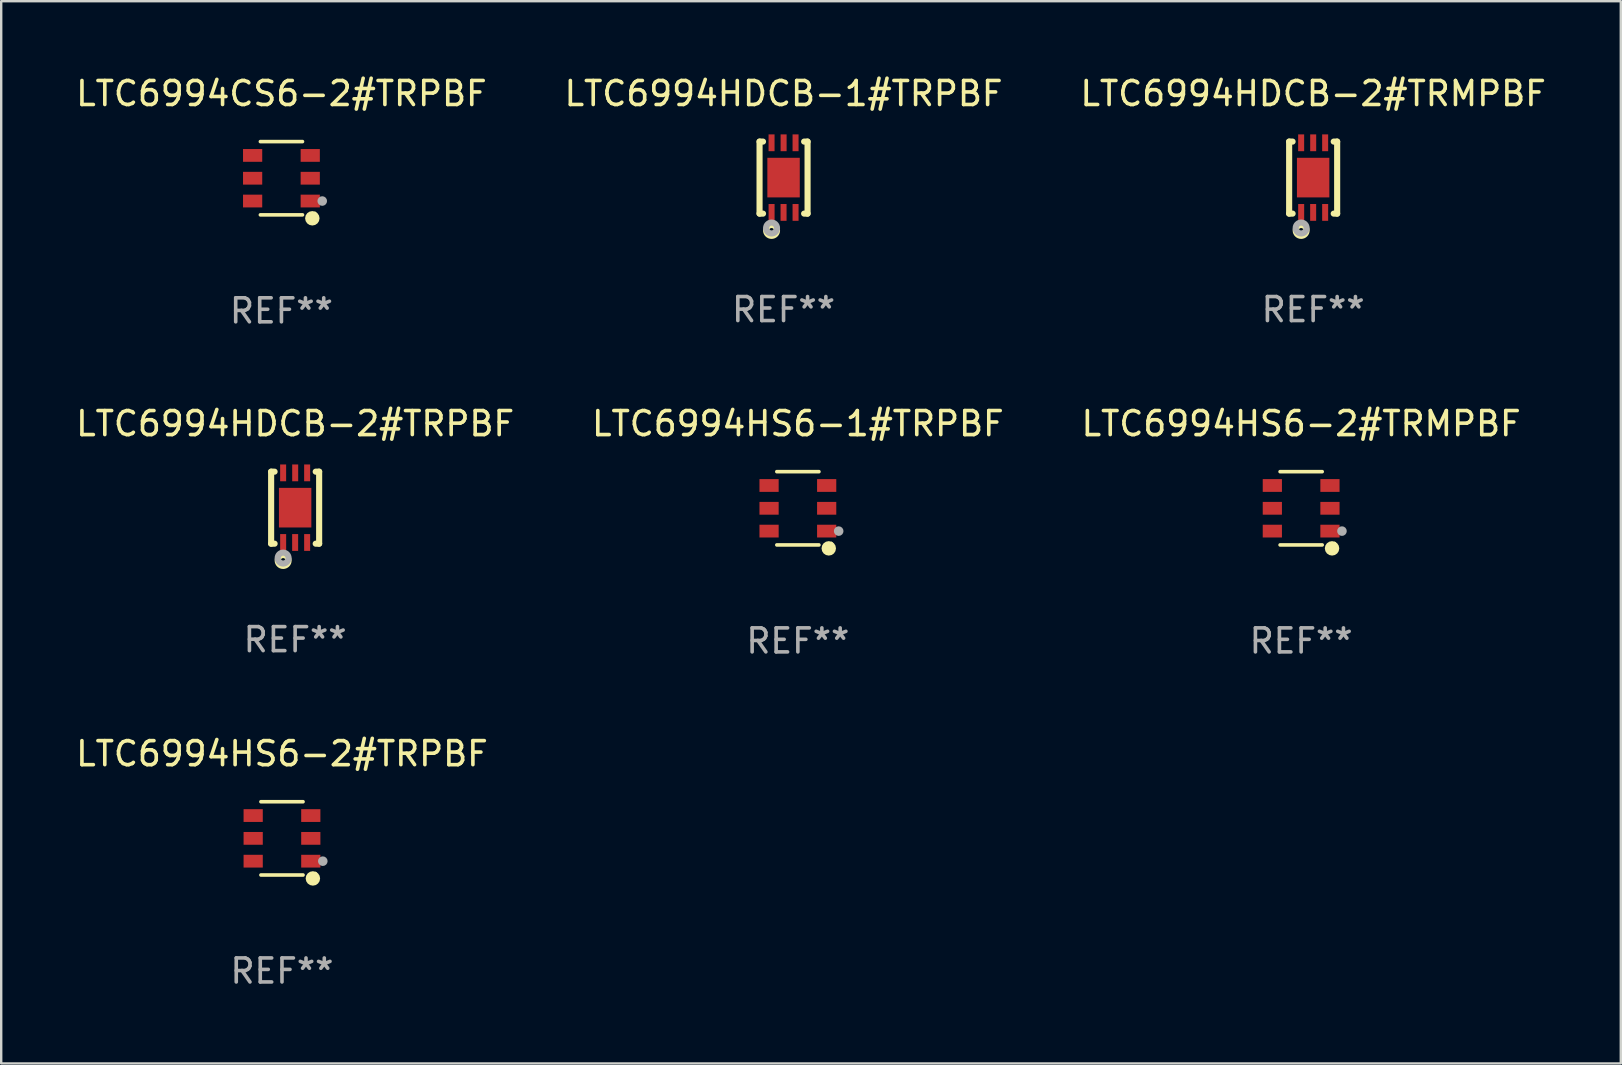
<source format=kicad_pcb>
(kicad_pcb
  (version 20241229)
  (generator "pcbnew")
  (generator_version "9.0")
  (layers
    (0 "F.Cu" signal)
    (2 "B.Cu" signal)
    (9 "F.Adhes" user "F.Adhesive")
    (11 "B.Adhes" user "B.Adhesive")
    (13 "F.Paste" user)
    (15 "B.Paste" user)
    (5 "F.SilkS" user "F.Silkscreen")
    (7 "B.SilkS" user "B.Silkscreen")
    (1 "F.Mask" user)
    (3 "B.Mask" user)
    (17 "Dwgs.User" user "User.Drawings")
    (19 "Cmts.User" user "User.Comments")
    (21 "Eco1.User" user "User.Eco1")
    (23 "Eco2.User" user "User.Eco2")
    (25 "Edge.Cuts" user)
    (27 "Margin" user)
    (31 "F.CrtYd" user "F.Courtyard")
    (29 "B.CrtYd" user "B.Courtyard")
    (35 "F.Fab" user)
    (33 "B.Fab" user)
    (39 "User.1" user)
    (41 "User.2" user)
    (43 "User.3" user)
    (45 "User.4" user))
  (footprint "LTC6994HS6-2#TRMPBF"
    (layer "F.Cu")
    (at 51.149 18.123)
    (property "Reference" "LTC6994HS6-2#TRMPBF" (at 0 -3.526 0) (layer "F.SilkS") (effects (font (size 1 1) (thickness 0.15))))
    (attr through_hole)
    (fp_line (start 0.876 -1.526) (end -0.876 -1.526) (stroke (width 0.152) (type solid)) (layer "F.SilkS"))
    (fp_line (start 0.876 1.526) (end -0.876 1.526) (stroke (width 0.152) (type solid)) (layer "F.SilkS"))
    (fp_circle (center 1.287 1.669) (end 1.438 1.669) (stroke (width 0.3) (type solid)) (fill no) (layer "F.SilkS"))
    (fp_circle (center 1.4 1.45) (end 1.43 1.45) (stroke (width 0.06) (type solid)) (fill no) (layer "F.SilkS"))
    (fp_circle (center 1.7 0.95) (end 1.8 0.95) (stroke (width 0.2) (type solid)) (fill no) (layer "F.Fab"))
    (fp_text user "REF**" (at 0 5.526 0) (layer "F.Fab") (effects (font (size 1 1) (thickness 0.15))))
    (pad "1" smd rect (at 1.2 0.95) (size 0.8 0.532) (layers "F.Cu" "F.Mask" "F.Paste"))
    (pad "2" smd rect (at 1.2 0) (size 0.8 0.532) (layers "F.Cu" "F.Mask" "F.Paste"))
    (pad "3" smd rect (at 1.2 -0.95) (size 0.8 0.532) (layers "F.Cu" "F.Mask" "F.Paste"))
    (pad "4" smd rect (at -1.2 -0.95) (size 0.8 0.532) (layers "F.Cu" "F.Mask" "F.Paste"))
    (pad "5" smd rect (at -1.2 0) (size 0.8 0.532) (layers "F.Cu" "F.Mask" "F.Paste"))
    (pad "6" smd rect (at -1.2 0.95) (size 0.8 0.532) (layers "F.Cu" "F.Mask" "F.Paste")))
  (footprint "LTC6994HDCB-2#TRPBF"
    (layer "F.Cu")
    (at 9.244 18.097)
    (property "Reference" "LTC6994HDCB-2#TRPBF" (at 0 -3.5 0) (layer "F.SilkS") (effects (font (size 1 1) (thickness 0.15))))
    (attr through_hole)
    (fp_line (start -1 1.5) (end -1 -1.5) (stroke (width 0.254) (type solid)) (layer "F.SilkS"))
    (fp_line (start -0.856 -1.5) (end -1 -1.5) (stroke (width 0.254) (type solid)) (layer "F.SilkS"))
    (fp_line (start -0.855 1.5) (end -1 1.5) (stroke (width 0.254) (type solid)) (layer "F.SilkS"))
    (fp_line (start 1 -1.5) (end 0.856 -1.5) (stroke (width 0.254) (type solid)) (layer "F.SilkS"))
    (fp_line (start 1 1.5) (end 0.856 1.5) (stroke (width 0.254) (type solid)) (layer "F.SilkS"))
    (fp_line (start 1 1.5) (end 1 -1.5) (stroke (width 0.254) (type solid)) (layer "F.SilkS"))
    (fp_circle (center -1 1.5) (end -0.97 1.5) (stroke (width 0.06) (type solid)) (fill no) (layer "F.SilkS"))
    (fp_circle (center -0.5 2.2) (end -0.4 2.2) (stroke (width 0.254) (type solid)) (fill no) (layer "F.SilkS"))
    (fp_circle (center -0.5 2.1) (end -0.4 2.1) (stroke (width 0.254) (type solid)) (fill no) (layer "F.Fab"))
    (fp_text user "REF**" (at 0 5.5 0) (layer "F.Fab") (effects (font (size 1 1) (thickness 0.15))))
    (pad "1" smd rect (at -0.499 1.45 180) (size 0.25 0.7) (layers "F.Cu" "F.Mask" "F.Paste"))
    (pad "2" smd rect (at 0.000025 1.45 180) (size 0.25 0.7) (layers "F.Cu" "F.Mask" "F.Paste"))
    (pad "3" smd rect (at 0.5 1.45 180) (size 0.25 0.7) (layers "F.Cu" "F.Mask" "F.Paste"))
    (pad "4" smd rect (at 0.5 -1.45 180) (size 0.25 0.7) (layers "F.Cu" "F.Mask" "F.Paste"))
    (pad "5" smd rect (at 0.002 -1.45 180) (size 0.25 0.7) (layers "F.Cu" "F.Mask" "F.Paste"))
    (pad "6" smd rect (at -0.5 -1.45 180) (size 0.25 0.7) (layers "F.Cu" "F.Mask" "F.Paste"))
    (pad "7" smd rect (at 0.000025 0.000038 180) (size 1.35 1.65) (layers "F.Cu" "F.Mask" "F.Paste")))
  (footprint "LTC6994HS6-1#TRPBF"
    (layer "F.Cu")
    (at 30.185 18.123)
    (property "Reference" "LTC6994HS6-1#TRPBF" (at 0 -3.526 0) (layer "F.SilkS") (effects (font (size 1 1) (thickness 0.15))))
    (attr through_hole)
    (fp_line (start 0.876 -1.526) (end -0.876 -1.526) (stroke (width 0.152) (type solid)) (layer "F.SilkS"))
    (fp_line (start 0.876 1.526) (end -0.876 1.526) (stroke (width 0.152) (type solid)) (layer "F.SilkS"))
    (fp_circle (center 1.287 1.669) (end 1.438 1.669) (stroke (width 0.3) (type solid)) (fill no) (layer "F.SilkS"))
    (fp_circle (center 1.4 1.45) (end 1.43 1.45) (stroke (width 0.06) (type solid)) (fill no) (layer "F.SilkS"))
    (fp_circle (center 1.7 0.95) (end 1.8 0.95) (stroke (width 0.2) (type solid)) (fill no) (layer "F.Fab"))
    (fp_text user "REF**" (at 0 5.526 0) (layer "F.Fab") (effects (font (size 1 1) (thickness 0.15))))
    (pad "1" smd rect (at 1.2 0.95) (size 0.8 0.532) (layers "F.Cu" "F.Mask" "F.Paste"))
    (pad "2" smd rect (at 1.2 0) (size 0.8 0.532) (layers "F.Cu" "F.Mask" "F.Paste"))
    (pad "3" smd rect (at 1.2 -0.95) (size 0.8 0.532) (layers "F.Cu" "F.Mask" "F.Paste"))
    (pad "4" smd rect (at -1.2 -0.95) (size 0.8 0.532) (layers "F.Cu" "F.Mask" "F.Paste"))
    (pad "5" smd rect (at -1.2 0) (size 0.8 0.532) (layers "F.Cu" "F.Mask" "F.Paste"))
    (pad "6" smd rect (at -1.2 0.95) (size 0.8 0.532) (layers "F.Cu" "F.Mask" "F.Paste")))
  (footprint "LTC6994HS6-2#TRPBF"
    (layer "F.Cu")
    (at 8.696 31.872)
    (property "Reference" "LTC6994HS6-2#TRPBF" (at 0 -3.526 0) (layer "F.SilkS") (effects (font (size 1 1) (thickness 0.15))))
    (attr through_hole)
    (fp_line (start 0.876 -1.526) (end -0.876 -1.526) (stroke (width 0.152) (type solid)) (layer "F.SilkS"))
    (fp_line (start 0.876 1.526) (end -0.876 1.526) (stroke (width 0.152) (type solid)) (layer "F.SilkS"))
    (fp_circle (center 1.287 1.669) (end 1.438 1.669) (stroke (width 0.3) (type solid)) (fill no) (layer "F.SilkS"))
    (fp_circle (center 1.4 1.45) (end 1.43 1.45) (stroke (width 0.06) (type solid)) (fill no) (layer "F.SilkS"))
    (fp_circle (center 1.7 0.95) (end 1.8 0.95) (stroke (width 0.2) (type solid)) (fill no) (layer "F.Fab"))
    (fp_text user "REF**" (at 0 5.526 0) (layer "F.Fab") (effects (font (size 1 1) (thickness 0.15))))
    (pad "1" smd rect (at 1.2 0.95) (size 0.8 0.532) (layers "F.Cu" "F.Mask" "F.Paste"))
    (pad "2" smd rect (at 1.2 0) (size 0.8 0.532) (layers "F.Cu" "F.Mask" "F.Paste"))
    (pad "3" smd rect (at 1.2 -0.95) (size 0.8 0.532) (layers "F.Cu" "F.Mask" "F.Paste"))
    (pad "4" smd rect (at -1.2 -0.95) (size 0.8 0.532) (layers "F.Cu" "F.Mask" "F.Paste"))
    (pad "5" smd rect (at -1.2 0) (size 0.8 0.532) (layers "F.Cu" "F.Mask" "F.Paste"))
    (pad "6" smd rect (at -1.2 0.95) (size 0.8 0.532) (layers "F.Cu" "F.Mask" "F.Paste")))
  (footprint "LTC6994HDCB-1#TRPBF"
    (layer "F.Cu")
    (at 29.589 4.348)
    (property "Reference" "LTC6994HDCB-1#TRPBF" (at 0 -3.5 0) (layer "F.SilkS") (effects (font (size 1 1) (thickness 0.15))))
    (attr through_hole)
    (fp_line (start -1 1.5) (end -1 -1.5) (stroke (width 0.254) (type solid)) (layer "F.SilkS"))
    (fp_line (start -0.856 -1.5) (end -1 -1.5) (stroke (width 0.254) (type solid)) (layer "F.SilkS"))
    (fp_line (start -0.855 1.5) (end -1 1.5) (stroke (width 0.254) (type solid)) (layer "F.SilkS"))
    (fp_line (start 1 -1.5) (end 0.856 -1.5) (stroke (width 0.254) (type solid)) (layer "F.SilkS"))
    (fp_line (start 1 1.5) (end 0.856 1.5) (stroke (width 0.254) (type solid)) (layer "F.SilkS"))
    (fp_line (start 1 1.5) (end 1 -1.5) (stroke (width 0.254) (type solid)) (layer "F.SilkS"))
    (fp_circle (center -1 1.5) (end -0.97 1.5) (stroke (width 0.06) (type solid)) (fill no) (layer "F.SilkS"))
    (fp_circle (center -0.5 2.2) (end -0.4 2.2) (stroke (width 0.254) (type solid)) (fill no) (layer "F.SilkS"))
    (fp_circle (center -0.5 2.1) (end -0.4 2.1) (stroke (width 0.254) (type solid)) (fill no) (layer "F.Fab"))
    (fp_text user "REF**" (at 0 5.5 0) (layer "F.Fab") (effects (font (size 1 1) (thickness 0.15))))
    (pad "1" smd rect (at -0.499 1.45 180) (size 0.25 0.7) (layers "F.Cu" "F.Mask" "F.Paste"))
    (pad "2" smd rect (at 0.000025 1.45 180) (size 0.25 0.7) (layers "F.Cu" "F.Mask" "F.Paste"))
    (pad "3" smd rect (at 0.5 1.45 180) (size 0.25 0.7) (layers "F.Cu" "F.Mask" "F.Paste"))
    (pad "4" smd rect (at 0.5 -1.45 180) (size 0.25 0.7) (layers "F.Cu" "F.Mask" "F.Paste"))
    (pad "5" smd rect (at 0.002 -1.45 180) (size 0.25 0.7) (layers "F.Cu" "F.Mask" "F.Paste"))
    (pad "6" smd rect (at -0.5 -1.45 180) (size 0.25 0.7) (layers "F.Cu" "F.Mask" "F.Paste"))
    (pad "7" smd rect (at 0.000025 0.000038 180) (size 1.35 1.65) (layers "F.Cu" "F.Mask" "F.Paste")))
  (footprint "LTC6994CS6-2#TRPBF"
    (layer "F.Cu")
    (at 8.673 4.374)
    (property "Reference" "LTC6994CS6-2#TRPBF" (at 0 -3.526 0) (layer "F.SilkS") (effects (font (size 1 1) (thickness 0.15))))
    (attr through_hole)
    (fp_line (start 0.876 -1.526) (end -0.876 -1.526) (stroke (width 0.152) (type solid)) (layer "F.SilkS"))
    (fp_line (start 0.876 1.526) (end -0.876 1.526) (stroke (width 0.152) (type solid)) (layer "F.SilkS"))
    (fp_circle (center 1.287 1.669) (end 1.438 1.669) (stroke (width 0.3) (type solid)) (fill no) (layer "F.SilkS"))
    (fp_circle (center 1.4 1.45) (end 1.43 1.45) (stroke (width 0.06) (type solid)) (fill no) (layer "F.SilkS"))
    (fp_circle (center 1.7 0.95) (end 1.8 0.95) (stroke (width 0.2) (type solid)) (fill no) (layer "F.Fab"))
    (fp_text user "REF**" (at 0 5.526 0) (layer "F.Fab") (effects (font (size 1 1) (thickness 0.15))))
    (pad "1" smd rect (at 1.2 0.95) (size 0.8 0.532) (layers "F.Cu" "F.Mask" "F.Paste"))
    (pad "2" smd rect (at 1.2 0) (size 0.8 0.532) (layers "F.Cu" "F.Mask" "F.Paste"))
    (pad "3" smd rect (at 1.2 -0.95) (size 0.8 0.532) (layers "F.Cu" "F.Mask" "F.Paste"))
    (pad "4" smd rect (at -1.2 -0.95) (size 0.8 0.532) (layers "F.Cu" "F.Mask" "F.Paste"))
    (pad "5" smd rect (at -1.2 0) (size 0.8 0.532) (layers "F.Cu" "F.Mask" "F.Paste"))
    (pad "6" smd rect (at -1.2 0.95) (size 0.8 0.532) (layers "F.Cu" "F.Mask" "F.Paste")))
  (footprint "LTC6994HDCB-2#TRMPBF"
    (layer "F.Cu")
    (at 51.649 4.348)
    (property "Reference" "LTC6994HDCB-2#TRMPBF" (at 0 -3.5 0) (layer "F.SilkS") (effects (font (size 1 1) (thickness 0.15))))
    (attr through_hole)
    (fp_line (start -1 1.5) (end -1 -1.5) (stroke (width 0.254) (type solid)) (layer "F.SilkS"))
    (fp_line (start -0.856 -1.5) (end -1 -1.5) (stroke (width 0.254) (type solid)) (layer "F.SilkS"))
    (fp_line (start -0.855 1.5) (end -1 1.5) (stroke (width 0.254) (type solid)) (layer "F.SilkS"))
    (fp_line (start 1 -1.5) (end 0.856 -1.5) (stroke (width 0.254) (type solid)) (layer "F.SilkS"))
    (fp_line (start 1 1.5) (end 0.856 1.5) (stroke (width 0.254) (type solid)) (layer "F.SilkS"))
    (fp_line (start 1 1.5) (end 1 -1.5) (stroke (width 0.254) (type solid)) (layer "F.SilkS"))
    (fp_circle (center -1 1.5) (end -0.97 1.5) (stroke (width 0.06) (type solid)) (fill no) (layer "F.SilkS"))
    (fp_circle (center -0.5 2.2) (end -0.4 2.2) (stroke (width 0.254) (type solid)) (fill no) (layer "F.SilkS"))
    (fp_circle (center -0.5 2.1) (end -0.4 2.1) (stroke (width 0.254) (type solid)) (fill no) (layer "F.Fab"))
    (fp_text user "REF**" (at 0 5.5 0) (layer "F.Fab") (effects (font (size 1 1) (thickness 0.15))))
    (pad "1" smd rect (at -0.499 1.45 180) (size 0.25 0.7) (layers "F.Cu" "F.Mask" "F.Paste"))
    (pad "2" smd rect (at 0.000025 1.45 180) (size 0.25 0.7) (layers "F.Cu" "F.Mask" "F.Paste"))
    (pad "3" smd rect (at 0.5 1.45 180) (size 0.25 0.7) (layers "F.Cu" "F.Mask" "F.Paste"))
    (pad "4" smd rect (at 0.5 -1.45 180) (size 0.25 0.7) (layers "F.Cu" "F.Mask" "F.Paste"))
    (pad "5" smd rect (at 0.002 -1.45 180) (size 0.25 0.7) (layers "F.Cu" "F.Mask" "F.Paste"))
    (pad "6" smd rect (at -0.5 -1.45 180) (size 0.25 0.7) (layers "F.Cu" "F.Mask" "F.Paste"))
    (pad "7" smd rect (at 0.000025 0.000038 180) (size 1.35 1.65) (layers "F.Cu" "F.Mask" "F.Paste")))
  (gr_rect
    (start -3 -3)
    (end 64.464 41.247)
    (stroke (width 0.1) (type default))
    (fill no)
    (layer "Edge.Cuts")))
</source>
